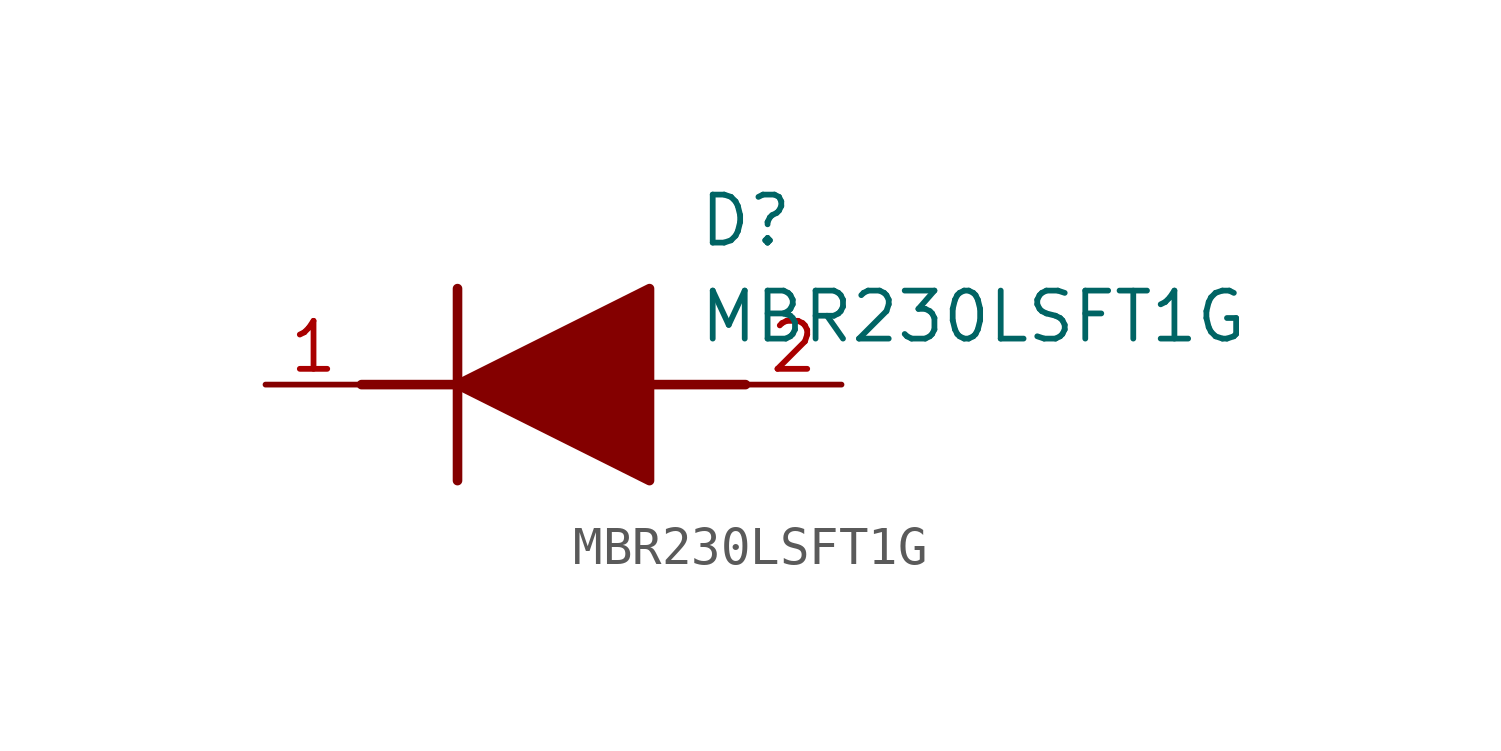
<source format=kicad_sym>
(kicad_symbol_lib
  (version 20211014)
  (generator SamacSys_ECAD_Model)
  (symbol "MBR230LSFT1G"
    (pin_names hide)
    (property "Reference" "D"
      (at 11.43 5.08 0)
      (effects (font (size 1.27 1.27)) (justify left top)))
    (property "Value" "MBR230LSFT1G"
      (at 11.43 2.54 0)
      (effects (font (size 1.27 1.27)) (justify left top)))
    (polyline
      (pts (xy 5.08 2.54) (xy 5.08 -2.54))
      (stroke (width 0.254) (type default))
      (fill (type none)))
    (polyline
      (pts (xy 2.54 0) (xy 5.08 0))
      (stroke (width 0.254) (type default))
      (fill (type none)))
    (polyline
      (pts (xy 10.16 0) (xy 12.7 0))
      (stroke (width 0.254) (type default))
      (fill (type none)))
    (polyline
      (pts (xy 5.08 0) (xy 10.16 2.54) (xy 10.16 -2.54) (xy 5.08 0))
      (stroke (width 0.254) (type default))
      (fill (type outline)))
    (pin passive line
      (at 0 0 0)
      (length 2.54)
      (name "K" (effects (font (size 1.27 1.27))))
      (number "1" (effects (font (size 1.27 1.27)))))
    (pin passive line
      (at 15.24 0 180)
      (length 2.54)
      (name "A" (effects (font (size 1.27 1.27))))
      (number "2" (effects (font (size 1.27 1.27)))))))
</source>
